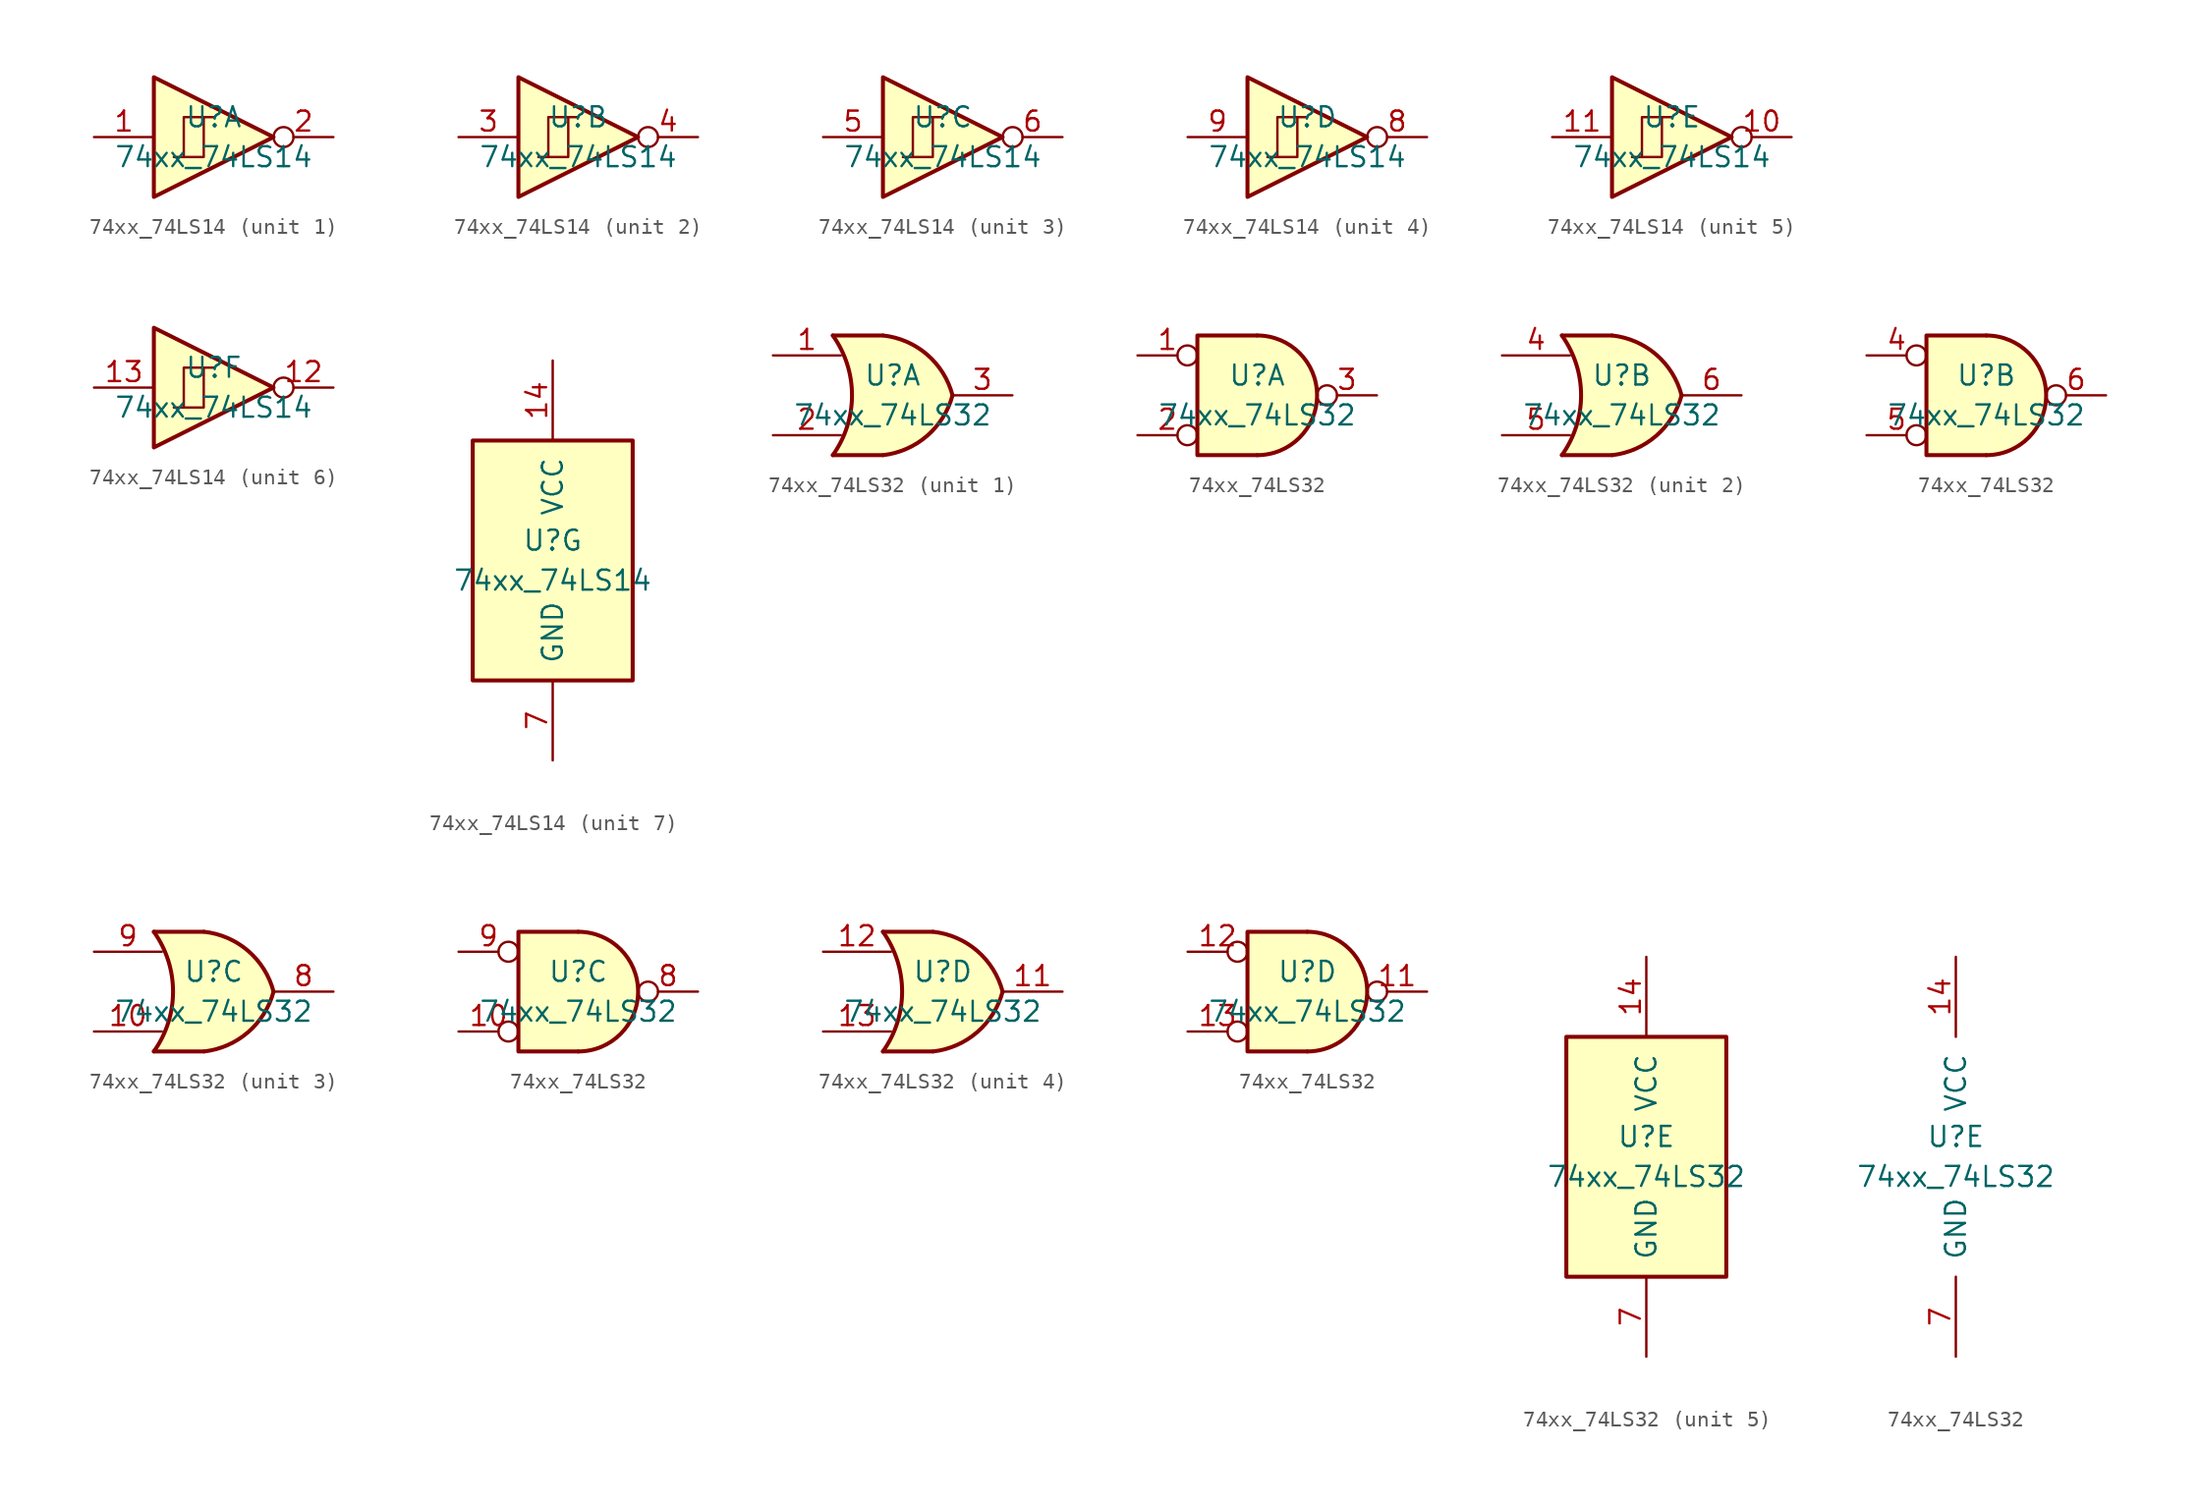
<source format=kicad_sym>
(kicad_symbol_lib
  (version 20220914)
  (generator kicad_symbol_editor)
  (symbol "74xx_74LS14"
    (pin_names
      (offset 1.016))
    (property "Reference" "U"
      (at 0 1.27 0)
      (effects (font (size 1.27 1.27))))
    (property "Value" "74xx_74LS14"
      (at 0 -1.27 0)
      (effects (font (size 1.27 1.27))))
    (property "ki_locked" ""
      (at 0 0 0)
      (effects (font (size 1.27 1.27))))
    (symbol "74xx_74LS14_1_0"
      (polyline (pts (xy -3.81 3.81) (xy -3.81 -3.81) (xy 3.81 0) (xy -3.81 3.81)) (stroke (width 0.254) (type solid)) (fill (type background)))
      (pin input line (at -7.62 0 0) (length 3.81) (name "~" (effects (font (size 1.27 1.27)))) (number "1" (effects (font (size 1.27 1.27)))))
      (pin output inverted (at 7.62 0 180) (length 3.81) (name "~" (effects (font (size 1.27 1.27)))) (number "2" (effects (font (size 1.27 1.27))))))
    (symbol "74xx_74LS14_1_1"
      (polyline (pts (xy -1.905 -1.27) (xy -1.905 1.27) (xy -0.635 1.27)) (stroke (width 0) (type solid)) (fill (type none)))
      (polyline (pts (xy -2.54 -1.27) (xy -0.635 -1.27) (xy -0.635 1.27) (xy 0 1.27)) (stroke (width 0) (type solid)) (fill (type none))))
    (symbol "74xx_74LS14_2_0"
      (polyline (pts (xy -3.81 3.81) (xy -3.81 -3.81) (xy 3.81 0) (xy -3.81 3.81)) (stroke (width 0.254) (type solid)) (fill (type background)))
      (pin input line (at -7.62 0 0) (length 3.81) (name "~" (effects (font (size 1.27 1.27)))) (number "3" (effects (font (size 1.27 1.27)))))
      (pin output inverted (at 7.62 0 180) (length 3.81) (name "~" (effects (font (size 1.27 1.27)))) (number "4" (effects (font (size 1.27 1.27))))))
    (symbol "74xx_74LS14_2_1"
      (polyline (pts (xy -1.905 -1.27) (xy -1.905 1.27) (xy -0.635 1.27)) (stroke (width 0) (type solid)) (fill (type none)))
      (polyline (pts (xy -2.54 -1.27) (xy -0.635 -1.27) (xy -0.635 1.27) (xy 0 1.27)) (stroke (width 0) (type solid)) (fill (type none))))
    (symbol "74xx_74LS14_3_0"
      (polyline (pts (xy -3.81 3.81) (xy -3.81 -3.81) (xy 3.81 0) (xy -3.81 3.81)) (stroke (width 0.254) (type solid)) (fill (type background)))
      (pin input line (at -7.62 0 0) (length 3.81) (name "~" (effects (font (size 1.27 1.27)))) (number "5" (effects (font (size 1.27 1.27)))))
      (pin output inverted (at 7.62 0 180) (length 3.81) (name "~" (effects (font (size 1.27 1.27)))) (number "6" (effects (font (size 1.27 1.27))))))
    (symbol "74xx_74LS14_3_1"
      (polyline (pts (xy -1.905 -1.27) (xy -1.905 1.27) (xy -0.635 1.27)) (stroke (width 0) (type solid)) (fill (type none)))
      (polyline (pts (xy -2.54 -1.27) (xy -0.635 -1.27) (xy -0.635 1.27) (xy 0 1.27)) (stroke (width 0) (type solid)) (fill (type none))))
    (symbol "74xx_74LS14_4_0"
      (polyline (pts (xy -3.81 3.81) (xy -3.81 -3.81) (xy 3.81 0) (xy -3.81 3.81)) (stroke (width 0.254) (type solid)) (fill (type background)))
      (pin output inverted (at 7.62 0 180) (length 3.81) (name "~" (effects (font (size 1.27 1.27)))) (number "8" (effects (font (size 1.27 1.27)))))
      (pin input line (at -7.62 0 0) (length 3.81) (name "~" (effects (font (size 1.27 1.27)))) (number "9" (effects (font (size 1.27 1.27))))))
    (symbol "74xx_74LS14_4_1"
      (polyline (pts (xy -1.905 -1.27) (xy -1.905 1.27) (xy -0.635 1.27)) (stroke (width 0) (type solid)) (fill (type none)))
      (polyline (pts (xy -2.54 -1.27) (xy -0.635 -1.27) (xy -0.635 1.27) (xy 0 1.27)) (stroke (width 0) (type solid)) (fill (type none))))
    (symbol "74xx_74LS14_5_0"
      (polyline (pts (xy -3.81 3.81) (xy -3.81 -3.81) (xy 3.81 0) (xy -3.81 3.81)) (stroke (width 0.254) (type solid)) (fill (type background)))
      (pin output inverted (at 7.62 0 180) (length 3.81) (name "~" (effects (font (size 1.27 1.27)))) (number "10" (effects (font (size 1.27 1.27)))))
      (pin input line (at -7.62 0 0) (length 3.81) (name "~" (effects (font (size 1.27 1.27)))) (number "11" (effects (font (size 1.27 1.27))))))
    (symbol "74xx_74LS14_5_1"
      (polyline (pts (xy -1.905 -1.27) (xy -1.905 1.27) (xy -0.635 1.27)) (stroke (width 0) (type solid)) (fill (type none)))
      (polyline (pts (xy -2.54 -1.27) (xy -0.635 -1.27) (xy -0.635 1.27) (xy 0 1.27)) (stroke (width 0) (type solid)) (fill (type none))))
    (symbol "74xx_74LS14_6_0"
      (polyline (pts (xy -3.81 3.81) (xy -3.81 -3.81) (xy 3.81 0) (xy -3.81 3.81)) (stroke (width 0.254) (type solid)) (fill (type background)))
      (pin output inverted (at 7.62 0 180) (length 3.81) (name "~" (effects (font (size 1.27 1.27)))) (number "12" (effects (font (size 1.27 1.27)))))
      (pin input line (at -7.62 0 0) (length 3.81) (name "~" (effects (font (size 1.27 1.27)))) (number "13" (effects (font (size 1.27 1.27))))))
    (symbol "74xx_74LS14_6_1"
      (polyline (pts (xy -1.905 -1.27) (xy -1.905 1.27) (xy -0.635 1.27)) (stroke (width 0) (type solid)) (fill (type none)))
      (polyline (pts (xy -2.54 -1.27) (xy -0.635 -1.27) (xy -0.635 1.27) (xy 0 1.27)) (stroke (width 0) (type solid)) (fill (type none))))
    (symbol "74xx_74LS14_7_0"
      (pin power_in line (at 0 12.7 270) (length 5.08) (name "VCC" (effects (font (size 1.27 1.27)))) (number "14" (effects (font (size 1.27 1.27)))))
      (pin power_in line (at 0 -12.7 90) (length 5.08) (name "GND" (effects (font (size 1.27 1.27)))) (number "7" (effects (font (size 1.27 1.27))))))
    (symbol "74xx_74LS14_7_1"
      (rectangle (start -5.08 7.62) (end 5.08 -7.62) (stroke (width 0.254) (type solid)) (fill (type background)))))
  (symbol "74xx_74LS32"
    (pin_names
      (offset 1.016))
    (property "Reference" "U"
      (at 0 1.27 0)
      (effects (font (size 1.27 1.27))))
    (property "Value" "74xx_74LS32"
      (at 0 -1.27 0)
      (effects (font (size 1.27 1.27))))
    (property "ki_locked" ""
      (at 0 0 0)
      (effects (font (size 1.27 1.27))))
    (symbol "74xx_74LS32_1_1"
      (arc (start -3.81 -3.81) (mid -2.589 0) (end -3.81 3.81) (stroke (width 0.254) (type solid)) (fill (type none)))
      (arc (start -0.6096 -3.81) (mid 2.1842 -2.5851) (end 3.81 0) (stroke (width 0.254) (type solid)) (fill (type background)))
      (polyline (pts (xy -3.81 -3.81) (xy -0.635 -3.81)) (stroke (width 0.254) (type solid)) (fill (type background)))
      (polyline (pts (xy -3.81 3.81) (xy -0.635 3.81)) (stroke (width 0.254) (type solid)) (fill (type background)))
      (polyline (pts (xy -0.635 3.81) (xy -3.81 3.81) (xy -3.81 3.81) (xy -3.556 3.404) (xy -3.023 2.261) (xy -2.692 1.041) (xy -2.616 -0.254) (xy -2.769 -1.499) (xy -3.175 -2.718) (xy -3.81 -3.81) (xy -3.81 -3.81) (xy -0.635 -3.81)) (stroke (width -25.4) (type solid)) (fill (type background)))
      (arc (start 3.81 0) (mid 2.1915 2.5936) (end -0.6096 3.81) (stroke (width 0.254) (type solid)) (fill (type background)))
      (pin input line (at -7.62 2.54 0) (length 4.318) (name "~" (effects (font (size 1.27 1.27)))) (number "1" (effects (font (size 1.27 1.27)))))
      (pin input line (at -7.62 -2.54 0) (length 4.318) (name "~" (effects (font (size 1.27 1.27)))) (number "2" (effects (font (size 1.27 1.27)))))
      (pin output line (at 7.62 0 180) (length 3.81) (name "~" (effects (font (size 1.27 1.27)))) (number "3" (effects (font (size 1.27 1.27))))))
    (symbol "74xx_74LS32_1_2"
      (arc (start 0 -3.81) (mid 3.81 0) (end 0 3.81) (stroke (width 0.254) (type solid)) (fill (type background)))
      (polyline (pts (xy 0 3.81) (xy -3.81 3.81) (xy -3.81 -3.81) (xy 0 -3.81)) (stroke (width 0.254) (type solid)) (fill (type background)))
      (pin input inverted (at -7.62 2.54 0) (length 3.81) (name "~" (effects (font (size 1.27 1.27)))) (number "1" (effects (font (size 1.27 1.27)))))
      (pin input inverted (at -7.62 -2.54 0) (length 3.81) (name "~" (effects (font (size 1.27 1.27)))) (number "2" (effects (font (size 1.27 1.27)))))
      (pin output inverted (at 7.62 0 180) (length 3.81) (name "~" (effects (font (size 1.27 1.27)))) (number "3" (effects (font (size 1.27 1.27))))))
    (symbol "74xx_74LS32_2_1"
      (arc (start -3.81 -3.81) (mid -2.589 0) (end -3.81 3.81) (stroke (width 0.254) (type solid)) (fill (type none)))
      (arc (start -0.6096 -3.81) (mid 2.1842 -2.5851) (end 3.81 0) (stroke (width 0.254) (type solid)) (fill (type background)))
      (polyline (pts (xy -3.81 -3.81) (xy -0.635 -3.81)) (stroke (width 0.254) (type solid)) (fill (type background)))
      (polyline (pts (xy -3.81 3.81) (xy -0.635 3.81)) (stroke (width 0.254) (type solid)) (fill (type background)))
      (polyline (pts (xy -0.635 3.81) (xy -3.81 3.81) (xy -3.81 3.81) (xy -3.556 3.404) (xy -3.023 2.261) (xy -2.692 1.041) (xy -2.616 -0.254) (xy -2.769 -1.499) (xy -3.175 -2.718) (xy -3.81 -3.81) (xy -3.81 -3.81) (xy -0.635 -3.81)) (stroke (width -25.4) (type solid)) (fill (type background)))
      (arc (start 3.81 0) (mid 2.1915 2.5936) (end -0.6096 3.81) (stroke (width 0.254) (type solid)) (fill (type background)))
      (pin input line (at -7.62 2.54 0) (length 4.318) (name "~" (effects (font (size 1.27 1.27)))) (number "4" (effects (font (size 1.27 1.27)))))
      (pin input line (at -7.62 -2.54 0) (length 4.318) (name "~" (effects (font (size 1.27 1.27)))) (number "5" (effects (font (size 1.27 1.27)))))
      (pin output line (at 7.62 0 180) (length 3.81) (name "~" (effects (font (size 1.27 1.27)))) (number "6" (effects (font (size 1.27 1.27))))))
    (symbol "74xx_74LS32_2_2"
      (arc (start 0 -3.81) (mid 3.81 0) (end 0 3.81) (stroke (width 0.254) (type solid)) (fill (type background)))
      (polyline (pts (xy 0 3.81) (xy -3.81 3.81) (xy -3.81 -3.81) (xy 0 -3.81)) (stroke (width 0.254) (type solid)) (fill (type background)))
      (pin input inverted (at -7.62 2.54 0) (length 3.81) (name "~" (effects (font (size 1.27 1.27)))) (number "4" (effects (font (size 1.27 1.27)))))
      (pin input inverted (at -7.62 -2.54 0) (length 3.81) (name "~" (effects (font (size 1.27 1.27)))) (number "5" (effects (font (size 1.27 1.27)))))
      (pin output inverted (at 7.62 0 180) (length 3.81) (name "~" (effects (font (size 1.27 1.27)))) (number "6" (effects (font (size 1.27 1.27))))))
    (symbol "74xx_74LS32_3_1"
      (arc (start -3.81 -3.81) (mid -2.589 0) (end -3.81 3.81) (stroke (width 0.254) (type solid)) (fill (type none)))
      (arc (start -0.6096 -3.81) (mid 2.1842 -2.5851) (end 3.81 0) (stroke (width 0.254) (type solid)) (fill (type background)))
      (polyline (pts (xy -3.81 -3.81) (xy -0.635 -3.81)) (stroke (width 0.254) (type solid)) (fill (type background)))
      (polyline (pts (xy -3.81 3.81) (xy -0.635 3.81)) (stroke (width 0.254) (type solid)) (fill (type background)))
      (polyline (pts (xy -0.635 3.81) (xy -3.81 3.81) (xy -3.81 3.81) (xy -3.556 3.404) (xy -3.023 2.261) (xy -2.692 1.041) (xy -2.616 -0.254) (xy -2.769 -1.499) (xy -3.175 -2.718) (xy -3.81 -3.81) (xy -3.81 -3.81) (xy -0.635 -3.81)) (stroke (width -25.4) (type solid)) (fill (type background)))
      (arc (start 3.81 0) (mid 2.1915 2.5936) (end -0.6096 3.81) (stroke (width 0.254) (type solid)) (fill (type background)))
      (pin input line (at -7.62 -2.54 0) (length 4.318) (name "~" (effects (font (size 1.27 1.27)))) (number "10" (effects (font (size 1.27 1.27)))))
      (pin output line (at 7.62 0 180) (length 3.81) (name "~" (effects (font (size 1.27 1.27)))) (number "8" (effects (font (size 1.27 1.27)))))
      (pin input line (at -7.62 2.54 0) (length 4.318) (name "~" (effects (font (size 1.27 1.27)))) (number "9" (effects (font (size 1.27 1.27))))))
    (symbol "74xx_74LS32_3_2"
      (arc (start 0 -3.81) (mid 3.81 0) (end 0 3.81) (stroke (width 0.254) (type solid)) (fill (type background)))
      (polyline (pts (xy 0 3.81) (xy -3.81 3.81) (xy -3.81 -3.81) (xy 0 -3.81)) (stroke (width 0.254) (type solid)) (fill (type background)))
      (pin input inverted (at -7.62 -2.54 0) (length 3.81) (name "~" (effects (font (size 1.27 1.27)))) (number "10" (effects (font (size 1.27 1.27)))))
      (pin output inverted (at 7.62 0 180) (length 3.81) (name "~" (effects (font (size 1.27 1.27)))) (number "8" (effects (font (size 1.27 1.27)))))
      (pin input inverted (at -7.62 2.54 0) (length 3.81) (name "~" (effects (font (size 1.27 1.27)))) (number "9" (effects (font (size 1.27 1.27))))))
    (symbol "74xx_74LS32_4_1"
      (arc (start -3.81 -3.81) (mid -2.589 0) (end -3.81 3.81) (stroke (width 0.254) (type solid)) (fill (type none)))
      (arc (start -0.6096 -3.81) (mid 2.1842 -2.5851) (end 3.81 0) (stroke (width 0.254) (type solid)) (fill (type background)))
      (polyline (pts (xy -3.81 -3.81) (xy -0.635 -3.81)) (stroke (width 0.254) (type solid)) (fill (type background)))
      (polyline (pts (xy -3.81 3.81) (xy -0.635 3.81)) (stroke (width 0.254) (type solid)) (fill (type background)))
      (polyline (pts (xy -0.635 3.81) (xy -3.81 3.81) (xy -3.81 3.81) (xy -3.556 3.404) (xy -3.023 2.261) (xy -2.692 1.041) (xy -2.616 -0.254) (xy -2.769 -1.499) (xy -3.175 -2.718) (xy -3.81 -3.81) (xy -3.81 -3.81) (xy -0.635 -3.81)) (stroke (width -25.4) (type solid)) (fill (type background)))
      (arc (start 3.81 0) (mid 2.1915 2.5936) (end -0.6096 3.81) (stroke (width 0.254) (type solid)) (fill (type background)))
      (pin output line (at 7.62 0 180) (length 3.81) (name "~" (effects (font (size 1.27 1.27)))) (number "11" (effects (font (size 1.27 1.27)))))
      (pin input line (at -7.62 2.54 0) (length 4.318) (name "~" (effects (font (size 1.27 1.27)))) (number "12" (effects (font (size 1.27 1.27)))))
      (pin input line (at -7.62 -2.54 0) (length 4.318) (name "~" (effects (font (size 1.27 1.27)))) (number "13" (effects (font (size 1.27 1.27))))))
    (symbol "74xx_74LS32_4_2"
      (arc (start 0 -3.81) (mid 3.81 0) (end 0 3.81) (stroke (width 0.254) (type solid)) (fill (type background)))
      (polyline (pts (xy 0 3.81) (xy -3.81 3.81) (xy -3.81 -3.81) (xy 0 -3.81)) (stroke (width 0.254) (type solid)) (fill (type background)))
      (pin output inverted (at 7.62 0 180) (length 3.81) (name "~" (effects (font (size 1.27 1.27)))) (number "11" (effects (font (size 1.27 1.27)))))
      (pin input inverted (at -7.62 2.54 0) (length 3.81) (name "~" (effects (font (size 1.27 1.27)))) (number "12" (effects (font (size 1.27 1.27)))))
      (pin input inverted (at -7.62 -2.54 0) (length 3.81) (name "~" (effects (font (size 1.27 1.27)))) (number "13" (effects (font (size 1.27 1.27))))))
    (symbol "74xx_74LS32_5_0"
      (pin power_in line (at 0 12.7 270) (length 5.08) (name "VCC" (effects (font (size 1.27 1.27)))) (number "14" (effects (font (size 1.27 1.27)))))
      (pin power_in line (at 0 -12.7 90) (length 5.08) (name "GND" (effects (font (size 1.27 1.27)))) (number "7" (effects (font (size 1.27 1.27))))))
    (symbol "74xx_74LS32_5_1"
      (rectangle (start -5.08 7.62) (end 5.08 -7.62) (stroke (width 0.254) (type solid)) (fill (type background))))))
</source>
